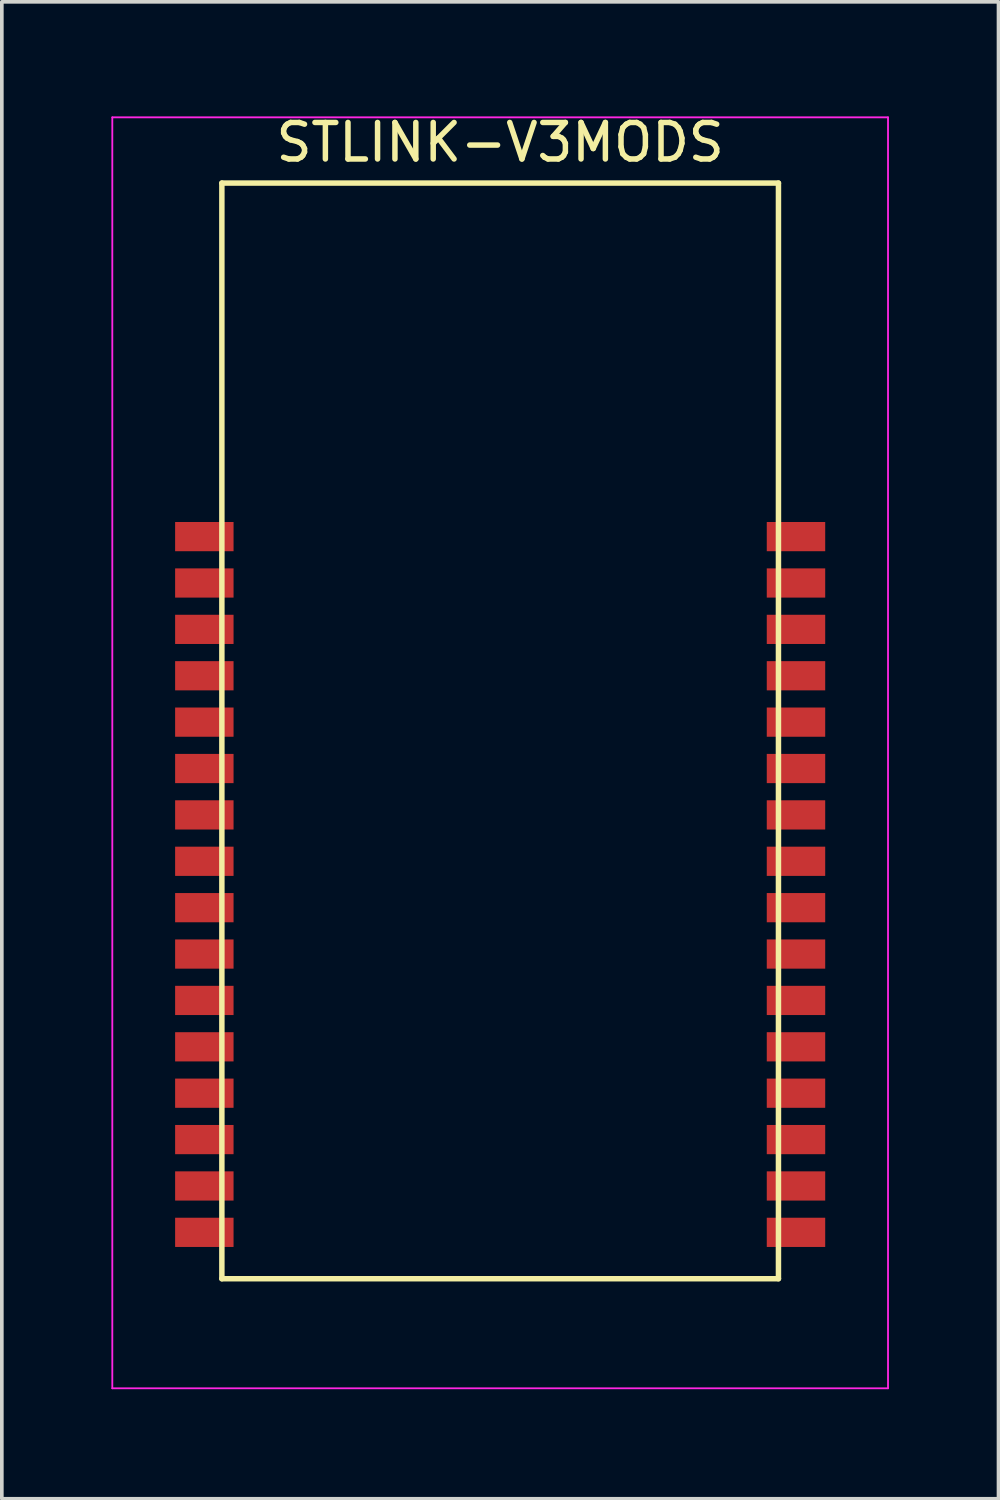
<source format=kicad_pcb>
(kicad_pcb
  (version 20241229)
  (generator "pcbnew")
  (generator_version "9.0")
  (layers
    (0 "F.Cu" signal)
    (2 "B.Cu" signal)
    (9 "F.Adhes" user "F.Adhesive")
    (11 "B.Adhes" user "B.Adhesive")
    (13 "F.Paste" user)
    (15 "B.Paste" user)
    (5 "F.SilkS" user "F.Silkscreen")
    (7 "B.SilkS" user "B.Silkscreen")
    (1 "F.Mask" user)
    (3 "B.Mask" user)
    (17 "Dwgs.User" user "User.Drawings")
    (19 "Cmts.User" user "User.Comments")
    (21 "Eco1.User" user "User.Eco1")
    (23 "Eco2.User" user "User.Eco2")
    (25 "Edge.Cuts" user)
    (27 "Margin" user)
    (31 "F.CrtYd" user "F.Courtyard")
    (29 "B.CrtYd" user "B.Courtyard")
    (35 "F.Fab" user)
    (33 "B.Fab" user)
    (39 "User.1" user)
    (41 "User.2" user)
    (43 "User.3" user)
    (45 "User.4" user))
  (footprint "STLINK-V3MODS"
    (layer "F.Cu")
    (at 10.645 21.168)
    (property "Reference" "STLINK-V3MODS" (at 0 -20.32 0) (layer "F.SilkS") (effects (font (size 1 1) (thickness 0.15))))
    (attr smd)
    (fp_line (start -7.62 -19.205) (end 7.62 -19.205) (stroke (width 0.15) (type solid)) (layer "F.SilkS"))
    (fp_line (start -7.62 10.795) (end -7.62 -19.205) (stroke (width 0.15) (type solid)) (layer "F.SilkS"))
    (fp_line (start -7.62 10.795) (end 7.62 10.795) (stroke (width 0.15) (type solid)) (layer "F.SilkS"))
    (fp_line (start 7.62 -19.205) (end 7.62 10.795) (stroke (width 0.15) (type solid)) (layer "F.SilkS"))
    (fp_line (start -10.62 -21.005) (end 10.62 -21.005) (stroke (width 0.05) (type solid)) (layer "F.CrtYd"))
    (fp_line (start -10.62 13.795) (end -10.62 -21.005) (stroke (width 0.05) (type solid)) (layer "F.CrtYd"))
    (fp_line (start 10.62 -21.005) (end 10.62 13.795) (stroke (width 0.05) (type solid)) (layer "F.CrtYd"))
    (fp_line (start 10.62 13.795) (end -10.62 13.795) (stroke (width 0.05) (type solid)) (layer "F.CrtYd"))
    (pad "1" smd rect (at -8.1 -9.525 270) (size 0.8 1.6) (layers "F.Cu" "F.Mask" "F.Paste"))
    (pad "2" smd rect (at -8.1 -8.255 270) (size 0.8 1.6) (layers "F.Cu" "F.Mask" "F.Paste"))
    (pad "3" smd rect (at -8.1 -6.985 270) (size 0.8 1.6) (layers "F.Cu" "F.Mask" "F.Paste"))
    (pad "4" smd rect (at -8.1 -5.715 270) (size 0.8 1.6) (layers "F.Cu" "F.Mask" "F.Paste"))
    (pad "5" smd rect (at -8.1 -4.445 270) (size 0.8 1.6) (layers "F.Cu" "F.Mask" "F.Paste"))
    (pad "6" smd rect (at -8.1 -3.175 270) (size 0.8 1.6) (layers "F.Cu" "F.Mask" "F.Paste"))
    (pad "7" smd rect (at -8.1 -1.905 270) (size 0.8 1.6) (layers "F.Cu" "F.Mask" "F.Paste"))
    (pad "8" smd rect (at -8.1 -0.635 270) (size 0.8 1.6) (layers "F.Cu" "F.Mask" "F.Paste"))
    (pad "9" smd rect (at -8.1 0.635 270) (size 0.8 1.6) (layers "F.Cu" "F.Mask" "F.Paste"))
    (pad "10" smd rect (at -8.1 1.905 270) (size 0.8 1.6) (layers "F.Cu" "F.Mask" "F.Paste"))
    (pad "11" smd rect (at -8.1 3.175 270) (size 0.8 1.6) (layers "F.Cu" "F.Mask" "F.Paste"))
    (pad "12" smd rect (at -8.1 4.445 270) (size 0.8 1.6) (layers "F.Cu" "F.Mask" "F.Paste"))
    (pad "13" smd rect (at -8.1 5.715 270) (size 0.8 1.6) (layers "F.Cu" "F.Mask" "F.Paste"))
    (pad "14" smd rect (at -8.1 6.985 270) (size 0.8 1.6) (layers "F.Cu" "F.Mask" "F.Paste"))
    (pad "15" smd rect (at -8.1 8.255 270) (size 0.8 1.6) (layers "F.Cu" "F.Mask" "F.Paste"))
    (pad "16" smd rect (at -8.1 9.525 270) (size 0.8 1.6) (layers "F.Cu" "F.Mask" "F.Paste"))
    (pad "17" smd rect (at 8.1 9.525 270) (size 0.8 1.6) (layers "F.Cu" "F.Mask" "F.Paste"))
    (pad "18" smd rect (at 8.1 8.255 270) (size 0.8 1.6) (layers "F.Cu" "F.Mask" "F.Paste"))
    (pad "19" smd rect (at 8.1 6.985 270) (size 0.8 1.6) (layers "F.Cu" "F.Mask" "F.Paste"))
    (pad "20" smd rect (at 8.1 5.715 270) (size 0.8 1.6) (layers "F.Cu" "F.Mask" "F.Paste"))
    (pad "21" smd rect (at 8.1 4.445 270) (size 0.8 1.6) (layers "F.Cu" "F.Mask" "F.Paste"))
    (pad "22" smd rect (at 8.1 3.175 270) (size 0.8 1.6) (layers "F.Cu" "F.Mask" "F.Paste"))
    (pad "23" smd rect (at 8.1 1.905 270) (size 0.8 1.6) (layers "F.Cu" "F.Mask" "F.Paste"))
    (pad "24" smd rect (at 8.1 0.635 270) (size 0.8 1.6) (layers "F.Cu" "F.Mask" "F.Paste"))
    (pad "25" smd rect (at 8.1 -0.635 270) (size 0.8 1.6) (layers "F.Cu" "F.Mask" "F.Paste"))
    (pad "26" smd rect (at 8.1 -1.905 270) (size 0.8 1.6) (layers "F.Cu" "F.Mask" "F.Paste"))
    (pad "27" smd rect (at 8.1 -3.175 270) (size 0.8 1.6) (layers "F.Cu" "F.Mask" "F.Paste"))
    (pad "28" smd rect (at 8.1 -4.445 270) (size 0.8 1.6) (layers "F.Cu" "F.Mask" "F.Paste"))
    (pad "29" smd rect (at 8.1 -5.715 270) (size 0.8 1.6) (layers "F.Cu" "F.Mask" "F.Paste"))
    (pad "30" smd rect (at 8.1 -6.985 270) (size 0.8 1.6) (layers "F.Cu" "F.Mask" "F.Paste"))
    (pad "31" smd rect (at 8.1 -8.255 270) (size 0.8 1.6) (layers "F.Cu" "F.Mask" "F.Paste"))
    (pad "32" smd rect (at 8.1 -9.525 270) (size 0.8 1.6) (layers "F.Cu" "F.Mask" "F.Paste")))
  (gr_rect
    (start -3 -3)
    (end 24.29 37.988)
    (stroke (width 0.1) (type default))
    (fill no)
    (layer "Edge.Cuts")))
</source>
